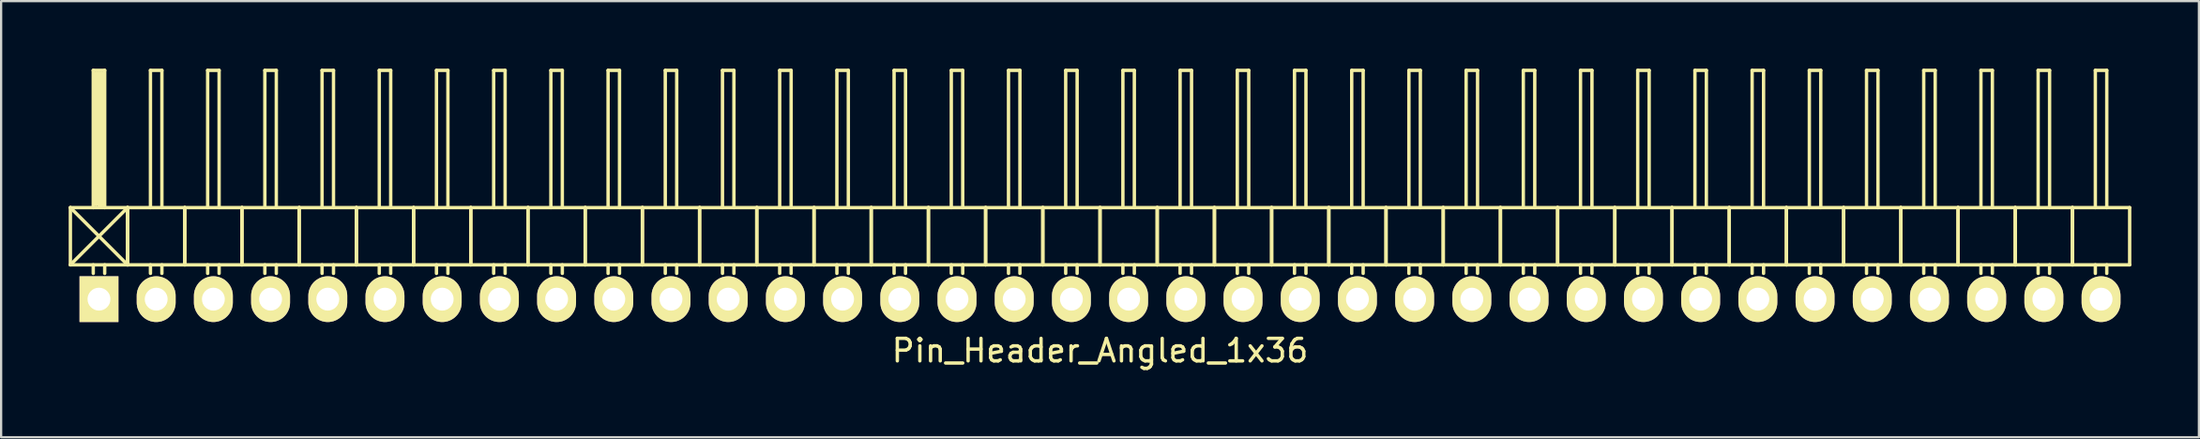
<source format=kicad_pcb>
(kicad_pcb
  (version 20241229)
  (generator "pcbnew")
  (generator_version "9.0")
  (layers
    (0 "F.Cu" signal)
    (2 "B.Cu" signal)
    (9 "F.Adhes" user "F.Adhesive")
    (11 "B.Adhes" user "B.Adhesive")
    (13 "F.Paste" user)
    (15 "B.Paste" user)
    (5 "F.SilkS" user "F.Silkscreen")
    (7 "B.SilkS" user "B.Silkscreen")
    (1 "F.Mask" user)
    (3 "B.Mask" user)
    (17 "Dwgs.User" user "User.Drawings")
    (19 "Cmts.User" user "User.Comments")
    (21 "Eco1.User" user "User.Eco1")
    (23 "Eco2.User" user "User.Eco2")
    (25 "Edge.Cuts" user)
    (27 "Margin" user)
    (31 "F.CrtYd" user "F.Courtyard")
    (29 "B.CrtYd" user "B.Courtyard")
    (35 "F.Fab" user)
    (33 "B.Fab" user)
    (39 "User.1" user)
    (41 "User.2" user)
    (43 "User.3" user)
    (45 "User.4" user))
  (footprint "Pin_Header_Angled_1x36"
    (layer "F.Cu")
    (at 45.795 10.235)
    (property "Reference" "Pin_Header_Angled_1x36" (at 0 2.286 0) (layer "F.SilkS") (effects (font (size 1 1) (thickness 0.15))))
    (attr through_hole)
    (fp_line (start -45.72 -4.064) (end -43.18 -1.524) (stroke (width 0.15) (type solid)) (layer "F.SilkS"))
    (fp_line (start -45.72 -1.524) (end -45.72 -4.064) (stroke (width 0.15) (type solid)) (layer "F.SilkS"))
    (fp_line (start -45.72 -1.524) (end -43.18 -1.524) (stroke (width 0.15) (type solid)) (layer "F.SilkS"))
    (fp_line (start -44.704 -10.16) (end -44.196 -10.16) (stroke (width 0.15) (type solid)) (layer "F.SilkS"))
    (fp_line (start -44.704 -4.064) (end -44.704 -10.16) (stroke (width 0.15) (type solid)) (layer "F.SilkS"))
    (fp_line (start -44.704 -1.524) (end -44.704 -1.143) (stroke (width 0.15) (type solid)) (layer "F.SilkS"))
    (fp_line (start -44.577 -10.033) (end -44.323 -10.033) (stroke (width 0.15) (type solid)) (layer "F.SilkS"))
    (fp_line (start -44.577 -4.191) (end -44.577 -10.033) (stroke (width 0.15) (type solid)) (layer "F.SilkS"))
    (fp_line (start -44.45 -4.191) (end -44.45 -10.033) (stroke (width 0.15) (type solid)) (layer "F.SilkS"))
    (fp_line (start -44.323 -10.033) (end -44.323 -4.191) (stroke (width 0.15) (type solid)) (layer "F.SilkS"))
    (fp_line (start -44.323 -4.191) (end -44.45 -4.191) (stroke (width 0.15) (type solid)) (layer "F.SilkS"))
    (fp_line (start -44.196 -10.16) (end -44.196 -4.064) (stroke (width 0.15) (type solid)) (layer "F.SilkS"))
    (fp_line (start -44.196 -1.524) (end -44.196 -1.143) (stroke (width 0.15) (type solid)) (layer "F.SilkS"))
    (fp_line (start -43.18 -4.064) (end -45.72 -4.064) (stroke (width 0.15) (type solid)) (layer "F.SilkS"))
    (fp_line (start -43.18 -4.064) (end -45.72 -1.524) (stroke (width 0.15) (type solid)) (layer "F.SilkS"))
    (fp_line (start -43.18 -1.524) (end -43.18 -4.064) (stroke (width 0.15) (type solid)) (layer "F.SilkS"))
    (fp_line (start -43.18 -1.524) (end -43.18 -4.064) (stroke (width 0.15) (type solid)) (layer "F.SilkS"))
    (fp_line (start -43.18 -1.524) (end -40.64 -1.524) (stroke (width 0.15) (type solid)) (layer "F.SilkS"))
    (fp_line (start -42.164 -10.16) (end -41.656 -10.16) (stroke (width 0.15) (type solid)) (layer "F.SilkS"))
    (fp_line (start -42.164 -4.064) (end -42.164 -10.16) (stroke (width 0.15) (type solid)) (layer "F.SilkS"))
    (fp_line (start -42.164 -1.524) (end -42.164 -1.143) (stroke (width 0.15) (type solid)) (layer "F.SilkS"))
    (fp_line (start -41.656 -10.16) (end -41.656 -4.064) (stroke (width 0.15) (type solid)) (layer "F.SilkS"))
    (fp_line (start -41.656 -1.524) (end -41.656 -1.143) (stroke (width 0.15) (type solid)) (layer "F.SilkS"))
    (fp_line (start -40.64 -4.064) (end -43.18 -4.064) (stroke (width 0.15) (type solid)) (layer "F.SilkS"))
    (fp_line (start -40.64 -1.524) (end -40.64 -4.064) (stroke (width 0.15) (type solid)) (layer "F.SilkS"))
    (fp_line (start -40.64 -1.524) (end -40.64 -4.064) (stroke (width 0.15) (type solid)) (layer "F.SilkS"))
    (fp_line (start -40.64 -1.524) (end -38.1 -1.524) (stroke (width 0.15) (type solid)) (layer "F.SilkS"))
    (fp_line (start -39.624 -10.16) (end -39.116 -10.16) (stroke (width 0.15) (type solid)) (layer "F.SilkS"))
    (fp_line (start -39.624 -4.064) (end -39.624 -10.16) (stroke (width 0.15) (type solid)) (layer "F.SilkS"))
    (fp_line (start -39.624 -1.524) (end -39.624 -1.143) (stroke (width 0.15) (type solid)) (layer "F.SilkS"))
    (fp_line (start -39.116 -10.16) (end -39.116 -4.064) (stroke (width 0.15) (type solid)) (layer "F.SilkS"))
    (fp_line (start -39.116 -1.524) (end -39.116 -1.143) (stroke (width 0.15) (type solid)) (layer "F.SilkS"))
    (fp_line (start -38.1 -4.064) (end -40.64 -4.064) (stroke (width 0.15) (type solid)) (layer "F.SilkS"))
    (fp_line (start -38.1 -1.524) (end -38.1 -4.064) (stroke (width 0.15) (type solid)) (layer "F.SilkS"))
    (fp_line (start -38.1 -1.524) (end -38.1 -4.064) (stroke (width 0.15) (type solid)) (layer "F.SilkS"))
    (fp_line (start -38.1 -1.524) (end -35.56 -1.524) (stroke (width 0.15) (type solid)) (layer "F.SilkS"))
    (fp_line (start -37.084 -10.16) (end -36.576 -10.16) (stroke (width 0.15) (type solid)) (layer "F.SilkS"))
    (fp_line (start -37.084 -4.064) (end -37.084 -10.16) (stroke (width 0.15) (type solid)) (layer "F.SilkS"))
    (fp_line (start -37.084 -1.524) (end -37.084 -1.143) (stroke (width 0.15) (type solid)) (layer "F.SilkS"))
    (fp_line (start -36.576 -10.16) (end -36.576 -4.064) (stroke (width 0.15) (type solid)) (layer "F.SilkS"))
    (fp_line (start -36.576 -1.524) (end -36.576 -1.143) (stroke (width 0.15) (type solid)) (layer "F.SilkS"))
    (fp_line (start -35.56 -4.064) (end -38.1 -4.064) (stroke (width 0.15) (type solid)) (layer "F.SilkS"))
    (fp_line (start -35.56 -1.524) (end -35.56 -4.064) (stroke (width 0.15) (type solid)) (layer "F.SilkS"))
    (fp_line (start -35.56 -1.524) (end -35.56 -4.064) (stroke (width 0.15) (type solid)) (layer "F.SilkS"))
    (fp_line (start -35.56 -1.524) (end -33.02 -1.524) (stroke (width 0.15) (type solid)) (layer "F.SilkS"))
    (fp_line (start -34.544 -10.16) (end -34.036 -10.16) (stroke (width 0.15) (type solid)) (layer "F.SilkS"))
    (fp_line (start -34.544 -4.064) (end -34.544 -10.16) (stroke (width 0.15) (type solid)) (layer "F.SilkS"))
    (fp_line (start -34.544 -1.524) (end -34.544 -1.143) (stroke (width 0.15) (type solid)) (layer "F.SilkS"))
    (fp_line (start -34.036 -10.16) (end -34.036 -4.064) (stroke (width 0.15) (type solid)) (layer "F.SilkS"))
    (fp_line (start -34.036 -1.524) (end -34.036 -1.143) (stroke (width 0.15) (type solid)) (layer "F.SilkS"))
    (fp_line (start -33.02 -4.064) (end -35.56 -4.064) (stroke (width 0.15) (type solid)) (layer "F.SilkS"))
    (fp_line (start -33.02 -1.524) (end -33.02 -4.064) (stroke (width 0.15) (type solid)) (layer "F.SilkS"))
    (fp_line (start -33.02 -1.524) (end -33.02 -4.064) (stroke (width 0.15) (type solid)) (layer "F.SilkS"))
    (fp_line (start -33.02 -1.524) (end -30.48 -1.524) (stroke (width 0.15) (type solid)) (layer "F.SilkS"))
    (fp_line (start -32.004 -10.16) (end -31.496 -10.16) (stroke (width 0.15) (type solid)) (layer "F.SilkS"))
    (fp_line (start -32.004 -4.064) (end -32.004 -10.16) (stroke (width 0.15) (type solid)) (layer "F.SilkS"))
    (fp_line (start -32.004 -1.524) (end -32.004 -1.143) (stroke (width 0.15) (type solid)) (layer "F.SilkS"))
    (fp_line (start -31.496 -10.16) (end -31.496 -4.064) (stroke (width 0.15) (type solid)) (layer "F.SilkS"))
    (fp_line (start -31.496 -1.524) (end -31.496 -1.143) (stroke (width 0.15) (type solid)) (layer "F.SilkS"))
    (fp_line (start -30.48 -4.064) (end -33.02 -4.064) (stroke (width 0.15) (type solid)) (layer "F.SilkS"))
    (fp_line (start -30.48 -1.524) (end -30.48 -4.064) (stroke (width 0.15) (type solid)) (layer "F.SilkS"))
    (fp_line (start -30.48 -1.524) (end -30.48 -4.064) (stroke (width 0.15) (type solid)) (layer "F.SilkS"))
    (fp_line (start -30.48 -1.524) (end -27.94 -1.524) (stroke (width 0.15) (type solid)) (layer "F.SilkS"))
    (fp_line (start -29.464 -10.16) (end -28.956 -10.16) (stroke (width 0.15) (type solid)) (layer "F.SilkS"))
    (fp_line (start -29.464 -4.064) (end -29.464 -10.16) (stroke (width 0.15) (type solid)) (layer "F.SilkS"))
    (fp_line (start -29.464 -1.524) (end -29.464 -1.143) (stroke (width 0.15) (type solid)) (layer "F.SilkS"))
    (fp_line (start -28.956 -10.16) (end -28.956 -4.064) (stroke (width 0.15) (type solid)) (layer "F.SilkS"))
    (fp_line (start -28.956 -1.524) (end -28.956 -1.143) (stroke (width 0.15) (type solid)) (layer "F.SilkS"))
    (fp_line (start -27.94 -4.064) (end -30.48 -4.064) (stroke (width 0.15) (type solid)) (layer "F.SilkS"))
    (fp_line (start -27.94 -1.524) (end -27.94 -4.064) (stroke (width 0.15) (type solid)) (layer "F.SilkS"))
    (fp_line (start -27.94 -1.524) (end -27.94 -4.064) (stroke (width 0.15) (type solid)) (layer "F.SilkS"))
    (fp_line (start -27.94 -1.524) (end -25.4 -1.524) (stroke (width 0.15) (type solid)) (layer "F.SilkS"))
    (fp_line (start -26.924 -10.16) (end -26.416 -10.16) (stroke (width 0.15) (type solid)) (layer "F.SilkS"))
    (fp_line (start -26.924 -4.064) (end -26.924 -10.16) (stroke (width 0.15) (type solid)) (layer "F.SilkS"))
    (fp_line (start -26.924 -1.524) (end -26.924 -1.143) (stroke (width 0.15) (type solid)) (layer "F.SilkS"))
    (fp_line (start -26.416 -10.16) (end -26.416 -4.064) (stroke (width 0.15) (type solid)) (layer "F.SilkS"))
    (fp_line (start -26.416 -1.524) (end -26.416 -1.143) (stroke (width 0.15) (type solid)) (layer "F.SilkS"))
    (fp_line (start -25.4 -4.064) (end -27.94 -4.064) (stroke (width 0.15) (type solid)) (layer "F.SilkS"))
    (fp_line (start -25.4 -1.524) (end -25.4 -4.064) (stroke (width 0.15) (type solid)) (layer "F.SilkS"))
    (fp_line (start -25.4 -1.524) (end -25.4 -4.064) (stroke (width 0.15) (type solid)) (layer "F.SilkS"))
    (fp_line (start -25.4 -1.524) (end -22.86 -1.524) (stroke (width 0.15) (type solid)) (layer "F.SilkS"))
    (fp_line (start -24.384 -10.16) (end -23.876 -10.16) (stroke (width 0.15) (type solid)) (layer "F.SilkS"))
    (fp_line (start -24.384 -4.064) (end -24.384 -10.16) (stroke (width 0.15) (type solid)) (layer "F.SilkS"))
    (fp_line (start -24.384 -1.524) (end -24.384 -1.143) (stroke (width 0.15) (type solid)) (layer "F.SilkS"))
    (fp_line (start -23.876 -10.16) (end -23.876 -4.064) (stroke (width 0.15) (type solid)) (layer "F.SilkS"))
    (fp_line (start -23.876 -1.524) (end -23.876 -1.143) (stroke (width 0.15) (type solid)) (layer "F.SilkS"))
    (fp_line (start -22.86 -4.064) (end -25.4 -4.064) (stroke (width 0.15) (type solid)) (layer "F.SilkS"))
    (fp_line (start -22.86 -1.524) (end -22.86 -4.064) (stroke (width 0.15) (type solid)) (layer "F.SilkS"))
    (fp_line (start -22.86 -1.524) (end -22.86 -4.064) (stroke (width 0.15) (type solid)) (layer "F.SilkS"))
    (fp_line (start -22.86 -1.524) (end -20.32 -1.524) (stroke (width 0.15) (type solid)) (layer "F.SilkS"))
    (fp_line (start -21.844 -10.16) (end -21.336 -10.16) (stroke (width 0.15) (type solid)) (layer "F.SilkS"))
    (fp_line (start -21.844 -4.064) (end -21.844 -10.16) (stroke (width 0.15) (type solid)) (layer "F.SilkS"))
    (fp_line (start -21.844 -1.524) (end -21.844 -1.143) (stroke (width 0.15) (type solid)) (layer "F.SilkS"))
    (fp_line (start -21.336 -10.16) (end -21.336 -4.064) (stroke (width 0.15) (type solid)) (layer "F.SilkS"))
    (fp_line (start -21.336 -1.524) (end -21.336 -1.143) (stroke (width 0.15) (type solid)) (layer "F.SilkS"))
    (fp_line (start -20.32 -4.064) (end -22.86 -4.064) (stroke (width 0.15) (type solid)) (layer "F.SilkS"))
    (fp_line (start -20.32 -1.524) (end -20.32 -4.064) (stroke (width 0.15) (type solid)) (layer "F.SilkS"))
    (fp_line (start -20.32 -1.524) (end -20.32 -4.064) (stroke (width 0.15) (type solid)) (layer "F.SilkS"))
    (fp_line (start -20.32 -1.524) (end -17.78 -1.524) (stroke (width 0.15) (type solid)) (layer "F.SilkS"))
    (fp_line (start -19.304 -10.16) (end -18.796 -10.16) (stroke (width 0.15) (type solid)) (layer "F.SilkS"))
    (fp_line (start -19.304 -4.064) (end -19.304 -10.16) (stroke (width 0.15) (type solid)) (layer "F.SilkS"))
    (fp_line (start -19.304 -1.524) (end -19.304 -1.143) (stroke (width 0.15) (type solid)) (layer "F.SilkS"))
    (fp_line (start -18.796 -10.16) (end -18.796 -4.064) (stroke (width 0.15) (type solid)) (layer "F.SilkS"))
    (fp_line (start -18.796 -1.524) (end -18.796 -1.143) (stroke (width 0.15) (type solid)) (layer "F.SilkS"))
    (fp_line (start -17.78 -4.064) (end -20.32 -4.064) (stroke (width 0.15) (type solid)) (layer "F.SilkS"))
    (fp_line (start -17.78 -1.524) (end -17.78 -4.064) (stroke (width 0.15) (type solid)) (layer "F.SilkS"))
    (fp_line (start -17.78 -1.524) (end -17.78 -4.064) (stroke (width 0.15) (type solid)) (layer "F.SilkS"))
    (fp_line (start -17.78 -1.524) (end -15.24 -1.524) (stroke (width 0.15) (type solid)) (layer "F.SilkS"))
    (fp_line (start -16.764 -10.16) (end -16.256 -10.16) (stroke (width 0.15) (type solid)) (layer "F.SilkS"))
    (fp_line (start -16.764 -4.064) (end -16.764 -10.16) (stroke (width 0.15) (type solid)) (layer "F.SilkS"))
    (fp_line (start -16.764 -1.524) (end -16.764 -1.143) (stroke (width 0.15) (type solid)) (layer "F.SilkS"))
    (fp_line (start -16.256 -10.16) (end -16.256 -4.064) (stroke (width 0.15) (type solid)) (layer "F.SilkS"))
    (fp_line (start -16.256 -1.524) (end -16.256 -1.143) (stroke (width 0.15) (type solid)) (layer "F.SilkS"))
    (fp_line (start -15.24 -4.064) (end -17.78 -4.064) (stroke (width 0.15) (type solid)) (layer "F.SilkS"))
    (fp_line (start -15.24 -1.524) (end -15.24 -4.064) (stroke (width 0.15) (type solid)) (layer "F.SilkS"))
    (fp_line (start -15.24 -1.524) (end -15.24 -4.064) (stroke (width 0.15) (type solid)) (layer "F.SilkS"))
    (fp_line (start -15.24 -1.524) (end -12.7 -1.524) (stroke (width 0.15) (type solid)) (layer "F.SilkS"))
    (fp_line (start -14.224 -10.16) (end -13.716 -10.16) (stroke (width 0.15) (type solid)) (layer "F.SilkS"))
    (fp_line (start -14.224 -4.064) (end -14.224 -10.16) (stroke (width 0.15) (type solid)) (layer "F.SilkS"))
    (fp_line (start -14.224 -1.524) (end -14.224 -1.143) (stroke (width 0.15) (type solid)) (layer "F.SilkS"))
    (fp_line (start -13.716 -10.16) (end -13.716 -4.064) (stroke (width 0.15) (type solid)) (layer "F.SilkS"))
    (fp_line (start -13.716 -1.524) (end -13.716 -1.143) (stroke (width 0.15) (type solid)) (layer "F.SilkS"))
    (fp_line (start -12.7 -4.064) (end -15.24 -4.064) (stroke (width 0.15) (type solid)) (layer "F.SilkS"))
    (fp_line (start -12.7 -1.524) (end -12.7 -4.064) (stroke (width 0.15) (type solid)) (layer "F.SilkS"))
    (fp_line (start -12.7 -1.524) (end -12.7 -4.064) (stroke (width 0.15) (type solid)) (layer "F.SilkS"))
    (fp_line (start -12.7 -1.524) (end -10.16 -1.524) (stroke (width 0.15) (type solid)) (layer "F.SilkS"))
    (fp_line (start -11.684 -10.16) (end -11.176 -10.16) (stroke (width 0.15) (type solid)) (layer "F.SilkS"))
    (fp_line (start -11.684 -4.064) (end -11.684 -10.16) (stroke (width 0.15) (type solid)) (layer "F.SilkS"))
    (fp_line (start -11.684 -1.524) (end -11.684 -1.143) (stroke (width 0.15) (type solid)) (layer "F.SilkS"))
    (fp_line (start -11.176 -10.16) (end -11.176 -4.064) (stroke (width 0.15) (type solid)) (layer "F.SilkS"))
    (fp_line (start -11.176 -1.524) (end -11.176 -1.143) (stroke (width 0.15) (type solid)) (layer "F.SilkS"))
    (fp_line (start -10.16 -4.064) (end -12.7 -4.064) (stroke (width 0.15) (type solid)) (layer "F.SilkS"))
    (fp_line (start -10.16 -1.524) (end -10.16 -4.064) (stroke (width 0.15) (type solid)) (layer "F.SilkS"))
    (fp_line (start -10.16 -1.524) (end -10.16 -4.064) (stroke (width 0.15) (type solid)) (layer "F.SilkS"))
    (fp_line (start -10.16 -1.524) (end -7.62 -1.524) (stroke (width 0.15) (type solid)) (layer "F.SilkS"))
    (fp_line (start -9.144 -10.16) (end -8.636 -10.16) (stroke (width 0.15) (type solid)) (layer "F.SilkS"))
    (fp_line (start -9.144 -4.064) (end -9.144 -10.16) (stroke (width 0.15) (type solid)) (layer "F.SilkS"))
    (fp_line (start -9.144 -1.524) (end -9.144 -1.143) (stroke (width 0.15) (type solid)) (layer "F.SilkS"))
    (fp_line (start -8.636 -10.16) (end -8.636 -4.064) (stroke (width 0.15) (type solid)) (layer "F.SilkS"))
    (fp_line (start -8.636 -1.524) (end -8.636 -1.143) (stroke (width 0.15) (type solid)) (layer "F.SilkS"))
    (fp_line (start -7.62 -4.064) (end -10.16 -4.064) (stroke (width 0.15) (type solid)) (layer "F.SilkS"))
    (fp_line (start -7.62 -1.524) (end -7.62 -4.064) (stroke (width 0.15) (type solid)) (layer "F.SilkS"))
    (fp_line (start -7.62 -1.524) (end -7.62 -4.064) (stroke (width 0.15) (type solid)) (layer "F.SilkS"))
    (fp_line (start -7.62 -1.524) (end -5.08 -1.524) (stroke (width 0.15) (type solid)) (layer "F.SilkS"))
    (fp_line (start -6.604 -10.16) (end -6.096 -10.16) (stroke (width 0.15) (type solid)) (layer "F.SilkS"))
    (fp_line (start -6.604 -4.064) (end -6.604 -10.16) (stroke (width 0.15) (type solid)) (layer "F.SilkS"))
    (fp_line (start -6.604 -1.524) (end -6.604 -1.143) (stroke (width 0.15) (type solid)) (layer "F.SilkS"))
    (fp_line (start -6.096 -10.16) (end -6.096 -4.064) (stroke (width 0.15) (type solid)) (layer "F.SilkS"))
    (fp_line (start -6.096 -1.524) (end -6.096 -1.143) (stroke (width 0.15) (type solid)) (layer "F.SilkS"))
    (fp_line (start -5.08 -4.064) (end -7.62 -4.064) (stroke (width 0.15) (type solid)) (layer "F.SilkS"))
    (fp_line (start -5.08 -1.524) (end -5.08 -4.064) (stroke (width 0.15) (type solid)) (layer "F.SilkS"))
    (fp_line (start -5.08 -1.524) (end -5.08 -4.064) (stroke (width 0.15) (type solid)) (layer "F.SilkS"))
    (fp_line (start -5.08 -1.524) (end -2.54 -1.524) (stroke (width 0.15) (type solid)) (layer "F.SilkS"))
    (fp_line (start -4.064 -10.16) (end -3.556 -10.16) (stroke (width 0.15) (type solid)) (layer "F.SilkS"))
    (fp_line (start -4.064 -4.064) (end -4.064 -10.16) (stroke (width 0.15) (type solid)) (layer "F.SilkS"))
    (fp_line (start -4.064 -1.524) (end -4.064 -1.143) (stroke (width 0.15) (type solid)) (layer "F.SilkS"))
    (fp_line (start -3.556 -10.16) (end -3.556 -4.064) (stroke (width 0.15) (type solid)) (layer "F.SilkS"))
    (fp_line (start -3.556 -1.524) (end -3.556 -1.143) (stroke (width 0.15) (type solid)) (layer "F.SilkS"))
    (fp_line (start -2.54 -4.064) (end -5.08 -4.064) (stroke (width 0.15) (type solid)) (layer "F.SilkS"))
    (fp_line (start -2.54 -1.524) (end -2.54 -4.064) (stroke (width 0.15) (type solid)) (layer "F.SilkS"))
    (fp_line (start -2.54 -1.524) (end -2.54 -4.064) (stroke (width 0.15) (type solid)) (layer "F.SilkS"))
    (fp_line (start -2.54 -1.524) (end 0 -1.524) (stroke (width 0.15) (type solid)) (layer "F.SilkS"))
    (fp_line (start -1.524 -10.16) (end -1.016 -10.16) (stroke (width 0.15) (type solid)) (layer "F.SilkS"))
    (fp_line (start -1.524 -4.064) (end -1.524 -10.16) (stroke (width 0.15) (type solid)) (layer "F.SilkS"))
    (fp_line (start -1.524 -1.524) (end -1.524 -1.143) (stroke (width 0.15) (type solid)) (layer "F.SilkS"))
    (fp_line (start -1.016 -10.16) (end -1.016 -4.064) (stroke (width 0.15) (type solid)) (layer "F.SilkS"))
    (fp_line (start -1.016 -1.524) (end -1.016 -1.143) (stroke (width 0.15) (type solid)) (layer "F.SilkS"))
    (fp_line (start 0 -4.064) (end -2.54 -4.064) (stroke (width 0.15) (type solid)) (layer "F.SilkS"))
    (fp_line (start 0 -1.524) (end 0 -4.064) (stroke (width 0.15) (type solid)) (layer "F.SilkS"))
    (fp_line (start 0 -1.524) (end 0 -4.064) (stroke (width 0.15) (type solid)) (layer "F.SilkS"))
    (fp_line (start 0 -1.524) (end 2.54 -1.524) (stroke (width 0.15) (type solid)) (layer "F.SilkS"))
    (fp_line (start 1.016 -10.16) (end 1.524 -10.16) (stroke (width 0.15) (type solid)) (layer "F.SilkS"))
    (fp_line (start 1.016 -4.064) (end 1.016 -10.16) (stroke (width 0.15) (type solid)) (layer "F.SilkS"))
    (fp_line (start 1.016 -1.524) (end 1.016 -1.143) (stroke (width 0.15) (type solid)) (layer "F.SilkS"))
    (fp_line (start 1.524 -10.16) (end 1.524 -4.064) (stroke (width 0.15) (type solid)) (layer "F.SilkS"))
    (fp_line (start 1.524 -1.524) (end 1.524 -1.143) (stroke (width 0.15) (type solid)) (layer "F.SilkS"))
    (fp_line (start 2.54 -4.064) (end 0 -4.064) (stroke (width 0.15) (type solid)) (layer "F.SilkS"))
    (fp_line (start 2.54 -1.524) (end 2.54 -4.064) (stroke (width 0.15) (type solid)) (layer "F.SilkS"))
    (fp_line (start 2.54 -1.524) (end 2.54 -4.064) (stroke (width 0.15) (type solid)) (layer "F.SilkS"))
    (fp_line (start 2.54 -1.524) (end 5.08 -1.524) (stroke (width 0.15) (type solid)) (layer "F.SilkS"))
    (fp_line (start 3.556 -10.16) (end 4.064 -10.16) (stroke (width 0.15) (type solid)) (layer "F.SilkS"))
    (fp_line (start 3.556 -4.064) (end 3.556 -10.16) (stroke (width 0.15) (type solid)) (layer "F.SilkS"))
    (fp_line (start 3.556 -1.524) (end 3.556 -1.143) (stroke (width 0.15) (type solid)) (layer "F.SilkS"))
    (fp_line (start 4.064 -10.16) (end 4.064 -4.064) (stroke (width 0.15) (type solid)) (layer "F.SilkS"))
    (fp_line (start 4.064 -1.524) (end 4.064 -1.143) (stroke (width 0.15) (type solid)) (layer "F.SilkS"))
    (fp_line (start 5.08 -4.064) (end 2.54 -4.064) (stroke (width 0.15) (type solid)) (layer "F.SilkS"))
    (fp_line (start 5.08 -1.524) (end 5.08 -4.064) (stroke (width 0.15) (type solid)) (layer "F.SilkS"))
    (fp_line (start 5.08 -1.524) (end 5.08 -4.064) (stroke (width 0.15) (type solid)) (layer "F.SilkS"))
    (fp_line (start 5.08 -1.524) (end 7.62 -1.524) (stroke (width 0.15) (type solid)) (layer "F.SilkS"))
    (fp_line (start 6.096 -10.16) (end 6.604 -10.16) (stroke (width 0.15) (type solid)) (layer "F.SilkS"))
    (fp_line (start 6.096 -4.064) (end 6.096 -10.16) (stroke (width 0.15) (type solid)) (layer "F.SilkS"))
    (fp_line (start 6.096 -1.524) (end 6.096 -1.143) (stroke (width 0.15) (type solid)) (layer "F.SilkS"))
    (fp_line (start 6.604 -10.16) (end 6.604 -4.064) (stroke (width 0.15) (type solid)) (layer "F.SilkS"))
    (fp_line (start 6.604 -1.524) (end 6.604 -1.143) (stroke (width 0.15) (type solid)) (layer "F.SilkS"))
    (fp_line (start 7.62 -4.064) (end 5.08 -4.064) (stroke (width 0.15) (type solid)) (layer "F.SilkS"))
    (fp_line (start 7.62 -1.524) (end 7.62 -4.064) (stroke (width 0.15) (type solid)) (layer "F.SilkS"))
    (fp_line (start 7.62 -1.524) (end 7.62 -4.064) (stroke (width 0.15) (type solid)) (layer "F.SilkS"))
    (fp_line (start 7.62 -1.524) (end 10.16 -1.524) (stroke (width 0.15) (type solid)) (layer "F.SilkS"))
    (fp_line (start 8.636 -10.16) (end 9.144 -10.16) (stroke (width 0.15) (type solid)) (layer "F.SilkS"))
    (fp_line (start 8.636 -4.064) (end 8.636 -10.16) (stroke (width 0.15) (type solid)) (layer "F.SilkS"))
    (fp_line (start 8.636 -1.524) (end 8.636 -1.143) (stroke (width 0.15) (type solid)) (layer "F.SilkS"))
    (fp_line (start 9.144 -10.16) (end 9.144 -4.064) (stroke (width 0.15) (type solid)) (layer "F.SilkS"))
    (fp_line (start 9.144 -1.524) (end 9.144 -1.143) (stroke (width 0.15) (type solid)) (layer "F.SilkS"))
    (fp_line (start 10.16 -4.064) (end 7.62 -4.064) (stroke (width 0.15) (type solid)) (layer "F.SilkS"))
    (fp_line (start 10.16 -1.524) (end 10.16 -4.064) (stroke (width 0.15) (type solid)) (layer "F.SilkS"))
    (fp_line (start 10.16 -1.524) (end 10.16 -4.064) (stroke (width 0.15) (type solid)) (layer "F.SilkS"))
    (fp_line (start 10.16 -1.524) (end 12.7 -1.524) (stroke (width 0.15) (type solid)) (layer "F.SilkS"))
    (fp_line (start 11.176 -10.16) (end 11.684 -10.16) (stroke (width 0.15) (type solid)) (layer "F.SilkS"))
    (fp_line (start 11.176 -4.064) (end 11.176 -10.16) (stroke (width 0.15) (type solid)) (layer "F.SilkS"))
    (fp_line (start 11.176 -1.524) (end 11.176 -1.143) (stroke (width 0.15) (type solid)) (layer "F.SilkS"))
    (fp_line (start 11.684 -10.16) (end 11.684 -4.064) (stroke (width 0.15) (type solid)) (layer "F.SilkS"))
    (fp_line (start 11.684 -1.524) (end 11.684 -1.143) (stroke (width 0.15) (type solid)) (layer "F.SilkS"))
    (fp_line (start 12.7 -4.064) (end 10.16 -4.064) (stroke (width 0.15) (type solid)) (layer "F.SilkS"))
    (fp_line (start 12.7 -1.524) (end 12.7 -4.064) (stroke (width 0.15) (type solid)) (layer "F.SilkS"))
    (fp_line (start 12.7 -1.524) (end 12.7 -4.064) (stroke (width 0.15) (type solid)) (layer "F.SilkS"))
    (fp_line (start 12.7 -1.524) (end 15.24 -1.524) (stroke (width 0.15) (type solid)) (layer "F.SilkS"))
    (fp_line (start 13.716 -10.16) (end 14.224 -10.16) (stroke (width 0.15) (type solid)) (layer "F.SilkS"))
    (fp_line (start 13.716 -4.064) (end 13.716 -10.16) (stroke (width 0.15) (type solid)) (layer "F.SilkS"))
    (fp_line (start 13.716 -1.524) (end 13.716 -1.143) (stroke (width 0.15) (type solid)) (layer "F.SilkS"))
    (fp_line (start 14.224 -10.16) (end 14.224 -4.064) (stroke (width 0.15) (type solid)) (layer "F.SilkS"))
    (fp_line (start 14.224 -1.524) (end 14.224 -1.143) (stroke (width 0.15) (type solid)) (layer "F.SilkS"))
    (fp_line (start 15.24 -4.064) (end 12.7 -4.064) (stroke (width 0.15) (type solid)) (layer "F.SilkS"))
    (fp_line (start 15.24 -1.524) (end 15.24 -4.064) (stroke (width 0.15) (type solid)) (layer "F.SilkS"))
    (fp_line (start 15.24 -1.524) (end 15.24 -4.064) (stroke (width 0.15) (type solid)) (layer "F.SilkS"))
    (fp_line (start 15.24 -1.524) (end 17.78 -1.524) (stroke (width 0.15) (type solid)) (layer "F.SilkS"))
    (fp_line (start 16.256 -10.16) (end 16.764 -10.16) (stroke (width 0.15) (type solid)) (layer "F.SilkS"))
    (fp_line (start 16.256 -4.064) (end 16.256 -10.16) (stroke (width 0.15) (type solid)) (layer "F.SilkS"))
    (fp_line (start 16.256 -1.524) (end 16.256 -1.143) (stroke (width 0.15) (type solid)) (layer "F.SilkS"))
    (fp_line (start 16.764 -10.16) (end 16.764 -4.064) (stroke (width 0.15) (type solid)) (layer "F.SilkS"))
    (fp_line (start 16.764 -1.524) (end 16.764 -1.143) (stroke (width 0.15) (type solid)) (layer "F.SilkS"))
    (fp_line (start 17.78 -4.064) (end 15.24 -4.064) (stroke (width 0.15) (type solid)) (layer "F.SilkS"))
    (fp_line (start 17.78 -1.524) (end 17.78 -4.064) (stroke (width 0.15) (type solid)) (layer "F.SilkS"))
    (fp_line (start 17.78 -1.524) (end 17.78 -4.064) (stroke (width 0.15) (type solid)) (layer "F.SilkS"))
    (fp_line (start 17.78 -1.524) (end 20.32 -1.524) (stroke (width 0.15) (type solid)) (layer "F.SilkS"))
    (fp_line (start 18.796 -10.16) (end 19.304 -10.16) (stroke (width 0.15) (type solid)) (layer "F.SilkS"))
    (fp_line (start 18.796 -4.064) (end 18.796 -10.16) (stroke (width 0.15) (type solid)) (layer "F.SilkS"))
    (fp_line (start 18.796 -1.524) (end 18.796 -1.143) (stroke (width 0.15) (type solid)) (layer "F.SilkS"))
    (fp_line (start 19.304 -10.16) (end 19.304 -4.064) (stroke (width 0.15) (type solid)) (layer "F.SilkS"))
    (fp_line (start 19.304 -1.524) (end 19.304 -1.143) (stroke (width 0.15) (type solid)) (layer "F.SilkS"))
    (fp_line (start 20.32 -4.064) (end 17.78 -4.064) (stroke (width 0.15) (type solid)) (layer "F.SilkS"))
    (fp_line (start 20.32 -1.524) (end 20.32 -4.064) (stroke (width 0.15) (type solid)) (layer "F.SilkS"))
    (fp_line (start 20.32 -1.524) (end 20.32 -4.064) (stroke (width 0.15) (type solid)) (layer "F.SilkS"))
    (fp_line (start 20.32 -1.524) (end 22.86 -1.524) (stroke (width 0.15) (type solid)) (layer "F.SilkS"))
    (fp_line (start 21.336 -10.16) (end 21.844 -10.16) (stroke (width 0.15) (type solid)) (layer "F.SilkS"))
    (fp_line (start 21.336 -4.064) (end 21.336 -10.16) (stroke (width 0.15) (type solid)) (layer "F.SilkS"))
    (fp_line (start 21.336 -1.524) (end 21.336 -1.143) (stroke (width 0.15) (type solid)) (layer "F.SilkS"))
    (fp_line (start 21.844 -10.16) (end 21.844 -4.064) (stroke (width 0.15) (type solid)) (layer "F.SilkS"))
    (fp_line (start 21.844 -1.524) (end 21.844 -1.143) (stroke (width 0.15) (type solid)) (layer "F.SilkS"))
    (fp_line (start 22.86 -4.064) (end 20.32 -4.064) (stroke (width 0.15) (type solid)) (layer "F.SilkS"))
    (fp_line (start 22.86 -1.524) (end 22.86 -4.064) (stroke (width 0.15) (type solid)) (layer "F.SilkS"))
    (fp_line (start 22.86 -1.524) (end 22.86 -4.064) (stroke (width 0.15) (type solid)) (layer "F.SilkS"))
    (fp_line (start 22.86 -1.524) (end 25.4 -1.524) (stroke (width 0.15) (type solid)) (layer "F.SilkS"))
    (fp_line (start 23.876 -10.16) (end 24.384 -10.16) (stroke (width 0.15) (type solid)) (layer "F.SilkS"))
    (fp_line (start 23.876 -4.064) (end 23.876 -10.16) (stroke (width 0.15) (type solid)) (layer "F.SilkS"))
    (fp_line (start 23.876 -1.524) (end 23.876 -1.143) (stroke (width 0.15) (type solid)) (layer "F.SilkS"))
    (fp_line (start 24.384 -10.16) (end 24.384 -4.064) (stroke (width 0.15) (type solid)) (layer "F.SilkS"))
    (fp_line (start 24.384 -1.524) (end 24.384 -1.143) (stroke (width 0.15) (type solid)) (layer "F.SilkS"))
    (fp_line (start 25.4 -4.064) (end 22.86 -4.064) (stroke (width 0.15) (type solid)) (layer "F.SilkS"))
    (fp_line (start 25.4 -1.524) (end 25.4 -4.064) (stroke (width 0.15) (type solid)) (layer "F.SilkS"))
    (fp_line (start 25.4 -1.524) (end 25.4 -4.064) (stroke (width 0.15) (type solid)) (layer "F.SilkS"))
    (fp_line (start 25.4 -1.524) (end 27.94 -1.524) (stroke (width 0.15) (type solid)) (layer "F.SilkS"))
    (fp_line (start 26.416 -10.16) (end 26.924 -10.16) (stroke (width 0.15) (type solid)) (layer "F.SilkS"))
    (fp_line (start 26.416 -4.064) (end 26.416 -10.16) (stroke (width 0.15) (type solid)) (layer "F.SilkS"))
    (fp_line (start 26.416 -1.524) (end 26.416 -1.143) (stroke (width 0.15) (type solid)) (layer "F.SilkS"))
    (fp_line (start 26.924 -10.16) (end 26.924 -4.064) (stroke (width 0.15) (type solid)) (layer "F.SilkS"))
    (fp_line (start 26.924 -1.524) (end 26.924 -1.143) (stroke (width 0.15) (type solid)) (layer "F.SilkS"))
    (fp_line (start 27.94 -4.064) (end 25.4 -4.064) (stroke (width 0.15) (type solid)) (layer "F.SilkS"))
    (fp_line (start 27.94 -1.524) (end 27.94 -4.064) (stroke (width 0.15) (type solid)) (layer "F.SilkS"))
    (fp_line (start 27.94 -1.524) (end 27.94 -4.064) (stroke (width 0.15) (type solid)) (layer "F.SilkS"))
    (fp_line (start 27.94 -1.524) (end 30.48 -1.524) (stroke (width 0.15) (type solid)) (layer "F.SilkS"))
    (fp_line (start 28.956 -10.16) (end 29.464 -10.16) (stroke (width 0.15) (type solid)) (layer "F.SilkS"))
    (fp_line (start 28.956 -4.064) (end 28.956 -10.16) (stroke (width 0.15) (type solid)) (layer "F.SilkS"))
    (fp_line (start 28.956 -1.524) (end 28.956 -1.143) (stroke (width 0.15) (type solid)) (layer "F.SilkS"))
    (fp_line (start 29.464 -10.16) (end 29.464 -4.064) (stroke (width 0.15) (type solid)) (layer "F.SilkS"))
    (fp_line (start 29.464 -1.524) (end 29.464 -1.143) (stroke (width 0.15) (type solid)) (layer "F.SilkS"))
    (fp_line (start 30.48 -4.064) (end 27.94 -4.064) (stroke (width 0.15) (type solid)) (layer "F.SilkS"))
    (fp_line (start 30.48 -1.524) (end 30.48 -4.064) (stroke (width 0.15) (type solid)) (layer "F.SilkS"))
    (fp_line (start 30.48 -1.524) (end 30.48 -4.064) (stroke (width 0.15) (type solid)) (layer "F.SilkS"))
    (fp_line (start 30.48 -1.524) (end 33.02 -1.524) (stroke (width 0.15) (type solid)) (layer "F.SilkS"))
    (fp_line (start 31.496 -10.16) (end 32.004 -10.16) (stroke (width 0.15) (type solid)) (layer "F.SilkS"))
    (fp_line (start 31.496 -4.064) (end 31.496 -10.16) (stroke (width 0.15) (type solid)) (layer "F.SilkS"))
    (fp_line (start 31.496 -1.524) (end 31.496 -1.143) (stroke (width 0.15) (type solid)) (layer "F.SilkS"))
    (fp_line (start 32.004 -10.16) (end 32.004 -4.064) (stroke (width 0.15) (type solid)) (layer "F.SilkS"))
    (fp_line (start 32.004 -1.524) (end 32.004 -1.143) (stroke (width 0.15) (type solid)) (layer "F.SilkS"))
    (fp_line (start 33.02 -4.064) (end 30.48 -4.064) (stroke (width 0.15) (type solid)) (layer "F.SilkS"))
    (fp_line (start 33.02 -1.524) (end 33.02 -4.064) (stroke (width 0.15) (type solid)) (layer "F.SilkS"))
    (fp_line (start 33.02 -1.524) (end 33.02 -4.064) (stroke (width 0.15) (type solid)) (layer "F.SilkS"))
    (fp_line (start 33.02 -1.524) (end 35.56 -1.524) (stroke (width 0.15) (type solid)) (layer "F.SilkS"))
    (fp_line (start 34.036 -10.16) (end 34.544 -10.16) (stroke (width 0.15) (type solid)) (layer "F.SilkS"))
    (fp_line (start 34.036 -4.064) (end 34.036 -10.16) (stroke (width 0.15) (type solid)) (layer "F.SilkS"))
    (fp_line (start 34.036 -1.524) (end 34.036 -1.143) (stroke (width 0.15) (type solid)) (layer "F.SilkS"))
    (fp_line (start 34.544 -10.16) (end 34.544 -4.064) (stroke (width 0.15) (type solid)) (layer "F.SilkS"))
    (fp_line (start 34.544 -1.524) (end 34.544 -1.143) (stroke (width 0.15) (type solid)) (layer "F.SilkS"))
    (fp_line (start 35.56 -4.064) (end 33.02 -4.064) (stroke (width 0.15) (type solid)) (layer "F.SilkS"))
    (fp_line (start 35.56 -1.524) (end 35.56 -4.064) (stroke (width 0.15) (type solid)) (layer "F.SilkS"))
    (fp_line (start 35.56 -1.524) (end 35.56 -4.064) (stroke (width 0.15) (type solid)) (layer "F.SilkS"))
    (fp_line (start 35.56 -1.524) (end 38.1 -1.524) (stroke (width 0.15) (type solid)) (layer "F.SilkS"))
    (fp_line (start 36.576 -10.16) (end 37.084 -10.16) (stroke (width 0.15) (type solid)) (layer "F.SilkS"))
    (fp_line (start 36.576 -4.064) (end 36.576 -10.16) (stroke (width 0.15) (type solid)) (layer "F.SilkS"))
    (fp_line (start 36.576 -1.524) (end 36.576 -1.143) (stroke (width 0.15) (type solid)) (layer "F.SilkS"))
    (fp_line (start 37.084 -10.16) (end 37.084 -4.064) (stroke (width 0.15) (type solid)) (layer "F.SilkS"))
    (fp_line (start 37.084 -1.524) (end 37.084 -1.143) (stroke (width 0.15) (type solid)) (layer "F.SilkS"))
    (fp_line (start 38.1 -4.064) (end 35.56 -4.064) (stroke (width 0.15) (type solid)) (layer "F.SilkS"))
    (fp_line (start 38.1 -1.524) (end 38.1 -4.064) (stroke (width 0.15) (type solid)) (layer "F.SilkS"))
    (fp_line (start 38.1 -1.524) (end 38.1 -4.064) (stroke (width 0.15) (type solid)) (layer "F.SilkS"))
    (fp_line (start 38.1 -1.524) (end 40.64 -1.524) (stroke (width 0.15) (type solid)) (layer "F.SilkS"))
    (fp_line (start 39.116 -10.16) (end 39.624 -10.16) (stroke (width 0.15) (type solid)) (layer "F.SilkS"))
    (fp_line (start 39.116 -4.064) (end 39.116 -10.16) (stroke (width 0.15) (type solid)) (layer "F.SilkS"))
    (fp_line (start 39.116 -1.524) (end 39.116 -1.143) (stroke (width 0.15) (type solid)) (layer "F.SilkS"))
    (fp_line (start 39.624 -10.16) (end 39.624 -4.064) (stroke (width 0.15) (type solid)) (layer "F.SilkS"))
    (fp_line (start 39.624 -1.524) (end 39.624 -1.143) (stroke (width 0.15) (type solid)) (layer "F.SilkS"))
    (fp_line (start 40.64 -4.064) (end 38.1 -4.064) (stroke (width 0.15) (type solid)) (layer "F.SilkS"))
    (fp_line (start 40.64 -1.524) (end 40.64 -4.064) (stroke (width 0.15) (type solid)) (layer "F.SilkS"))
    (fp_line (start 40.64 -1.524) (end 40.64 -4.064) (stroke (width 0.15) (type solid)) (layer "F.SilkS"))
    (fp_line (start 40.64 -1.524) (end 43.18 -1.524) (stroke (width 0.15) (type solid)) (layer "F.SilkS"))
    (fp_line (start 41.656 -10.16) (end 42.164 -10.16) (stroke (width 0.15) (type solid)) (layer "F.SilkS"))
    (fp_line (start 41.656 -4.064) (end 41.656 -10.16) (stroke (width 0.15) (type solid)) (layer "F.SilkS"))
    (fp_line (start 41.656 -1.524) (end 41.656 -1.143) (stroke (width 0.15) (type solid)) (layer "F.SilkS"))
    (fp_line (start 42.164 -10.16) (end 42.164 -4.064) (stroke (width 0.15) (type solid)) (layer "F.SilkS"))
    (fp_line (start 42.164 -1.524) (end 42.164 -1.143) (stroke (width 0.15) (type solid)) (layer "F.SilkS"))
    (fp_line (start 43.18 -4.064) (end 40.64 -4.064) (stroke (width 0.15) (type solid)) (layer "F.SilkS"))
    (fp_line (start 43.18 -1.524) (end 43.18 -4.064) (stroke (width 0.15) (type solid)) (layer "F.SilkS"))
    (fp_line (start 43.18 -1.524) (end 43.18 -4.064) (stroke (width 0.15) (type solid)) (layer "F.SilkS"))
    (fp_line (start 43.18 -1.524) (end 45.72 -1.524) (stroke (width 0.15) (type solid)) (layer "F.SilkS"))
    (fp_line (start 44.196 -10.16) (end 44.704 -10.16) (stroke (width 0.15) (type solid)) (layer "F.SilkS"))
    (fp_line (start 44.196 -4.064) (end 44.196 -10.16) (stroke (width 0.15) (type solid)) (layer "F.SilkS"))
    (fp_line (start 44.196 -1.524) (end 44.196 -1.143) (stroke (width 0.15) (type solid)) (layer "F.SilkS"))
    (fp_line (start 44.704 -10.16) (end 44.704 -4.064) (stroke (width 0.15) (type solid)) (layer "F.SilkS"))
    (fp_line (start 44.704 -1.524) (end 44.704 -1.143) (stroke (width 0.15) (type solid)) (layer "F.SilkS"))
    (fp_line (start 45.72 -4.064) (end 43.18 -4.064) (stroke (width 0.15) (type solid)) (layer "F.SilkS"))
    (fp_line (start 45.72 -1.524) (end 45.72 -4.064) (stroke (width 0.15) (type solid)) (layer "F.SilkS"))
    (pad "1" thru_hole rect (at -44.45 0) (size 1.727 2.032) (drill 1.016) (layers "*.Cu" "*.Mask" "F.SilkS"))
    (pad "2" thru_hole oval (at -41.91 0) (size 1.727 2.032) (drill 1.016) (layers "*.Cu" "*.Mask" "F.SilkS"))
    (pad "3" thru_hole oval (at -39.37 0) (size 1.727 2.032) (drill 1.016) (layers "*.Cu" "*.Mask" "F.SilkS"))
    (pad "4" thru_hole oval (at -36.83 0) (size 1.727 2.032) (drill 1.016) (layers "*.Cu" "*.Mask" "F.SilkS"))
    (pad "5" thru_hole oval (at -34.29 0) (size 1.727 2.032) (drill 1.016) (layers "*.Cu" "*.Mask" "F.SilkS"))
    (pad "6" thru_hole oval (at -31.75 0) (size 1.727 2.032) (drill 1.016) (layers "*.Cu" "*.Mask" "F.SilkS"))
    (pad "7" thru_hole oval (at -29.21 0) (size 1.727 2.032) (drill 1.016) (layers "*.Cu" "*.Mask" "F.SilkS"))
    (pad "8" thru_hole oval (at -26.67 0) (size 1.727 2.032) (drill 1.016) (layers "*.Cu" "*.Mask" "F.SilkS"))
    (pad "9" thru_hole oval (at -24.13 0) (size 1.727 2.032) (drill 1.016) (layers "*.Cu" "*.Mask" "F.SilkS"))
    (pad "10" thru_hole oval (at -21.59 0) (size 1.727 2.032) (drill 1.016) (layers "*.Cu" "*.Mask" "F.SilkS"))
    (pad "11" thru_hole oval (at -19.05 0) (size 1.727 2.032) (drill 1.016) (layers "*.Cu" "*.Mask" "F.SilkS"))
    (pad "12" thru_hole oval (at -16.51 0) (size 1.727 2.032) (drill 1.016) (layers "*.Cu" "*.Mask" "F.SilkS"))
    (pad "13" thru_hole oval (at -13.97 0) (size 1.727 2.032) (drill 1.016) (layers "*.Cu" "*.Mask" "F.SilkS"))
    (pad "14" thru_hole oval (at -11.43 0) (size 1.727 2.032) (drill 1.016) (layers "*.Cu" "*.Mask" "F.SilkS"))
    (pad "15" thru_hole oval (at -8.89 0) (size 1.727 2.032) (drill 1.016) (layers "*.Cu" "*.Mask" "F.SilkS"))
    (pad "16" thru_hole oval (at -6.35 0) (size 1.727 2.032) (drill 1.016) (layers "*.Cu" "*.Mask" "F.SilkS"))
    (pad "17" thru_hole oval (at -3.81 0) (size 1.727 2.032) (drill 1.016) (layers "*.Cu" "*.Mask" "F.SilkS"))
    (pad "18" thru_hole oval (at -1.27 0) (size 1.727 2.032) (drill 1.016) (layers "*.Cu" "*.Mask" "F.SilkS"))
    (pad "19" thru_hole oval (at 1.27 0) (size 1.727 2.032) (drill 1.016) (layers "*.Cu" "*.Mask" "F.SilkS"))
    (pad "20" thru_hole oval (at 3.81 0) (size 1.727 2.032) (drill 1.016) (layers "*.Cu" "*.Mask" "F.SilkS"))
    (pad "21" thru_hole oval (at 6.35 0) (size 1.727 2.032) (drill 1.016) (layers "*.Cu" "*.Mask" "F.SilkS"))
    (pad "22" thru_hole oval (at 8.89 0) (size 1.727 2.032) (drill 1.016) (layers "*.Cu" "*.Mask" "F.SilkS"))
    (pad "23" thru_hole oval (at 11.43 0) (size 1.727 2.032) (drill 1.016) (layers "*.Cu" "*.Mask" "F.SilkS"))
    (pad "24" thru_hole oval (at 13.97 0) (size 1.727 2.032) (drill 1.016) (layers "*.Cu" "*.Mask" "F.SilkS"))
    (pad "25" thru_hole oval (at 16.51 0) (size 1.727 2.032) (drill 1.016) (layers "*.Cu" "*.Mask" "F.SilkS"))
    (pad "26" thru_hole oval (at 19.05 0) (size 1.727 2.032) (drill 1.016) (layers "*.Cu" "*.Mask" "F.SilkS"))
    (pad "27" thru_hole oval (at 21.59 0) (size 1.727 2.032) (drill 1.016) (layers "*.Cu" "*.Mask" "F.SilkS"))
    (pad "28" thru_hole oval (at 24.13 0) (size 1.727 2.032) (drill 1.016) (layers "*.Cu" "*.Mask" "F.SilkS"))
    (pad "29" thru_hole oval (at 26.67 0) (size 1.727 2.032) (drill 1.016) (layers "*.Cu" "*.Mask" "F.SilkS"))
    (pad "30" thru_hole oval (at 29.21 0) (size 1.727 2.032) (drill 1.016) (layers "*.Cu" "*.Mask" "F.SilkS"))
    (pad "31" thru_hole oval (at 31.75 0) (size 1.727 2.032) (drill 1.016) (layers "*.Cu" "*.Mask" "F.SilkS"))
    (pad "32" thru_hole oval (at 34.29 0) (size 1.727 2.032) (drill 1.016) (layers "*.Cu" "*.Mask" "F.SilkS"))
    (pad "33" thru_hole oval (at 36.83 0) (size 1.727 2.032) (drill 1.016) (layers "*.Cu" "*.Mask" "F.SilkS"))
    (pad "34" thru_hole oval (at 39.37 0) (size 1.727 2.032) (drill 1.016) (layers "*.Cu" "*.Mask" "F.SilkS"))
    (pad "35" thru_hole oval (at 41.91 0) (size 1.727 2.032) (drill 1.016) (layers "*.Cu" "*.Mask" "F.SilkS"))
    (pad "36" thru_hole oval (at 44.45 0) (size 1.727 2.032) (drill 1.016) (layers "*.Cu" "*.Mask" "F.SilkS")))
  (gr_rect
    (start -3 -3)
    (end 94.59 16.369)
    (stroke (width 0.1) (type default))
    (fill no)
    (layer "Edge.Cuts")))
</source>
